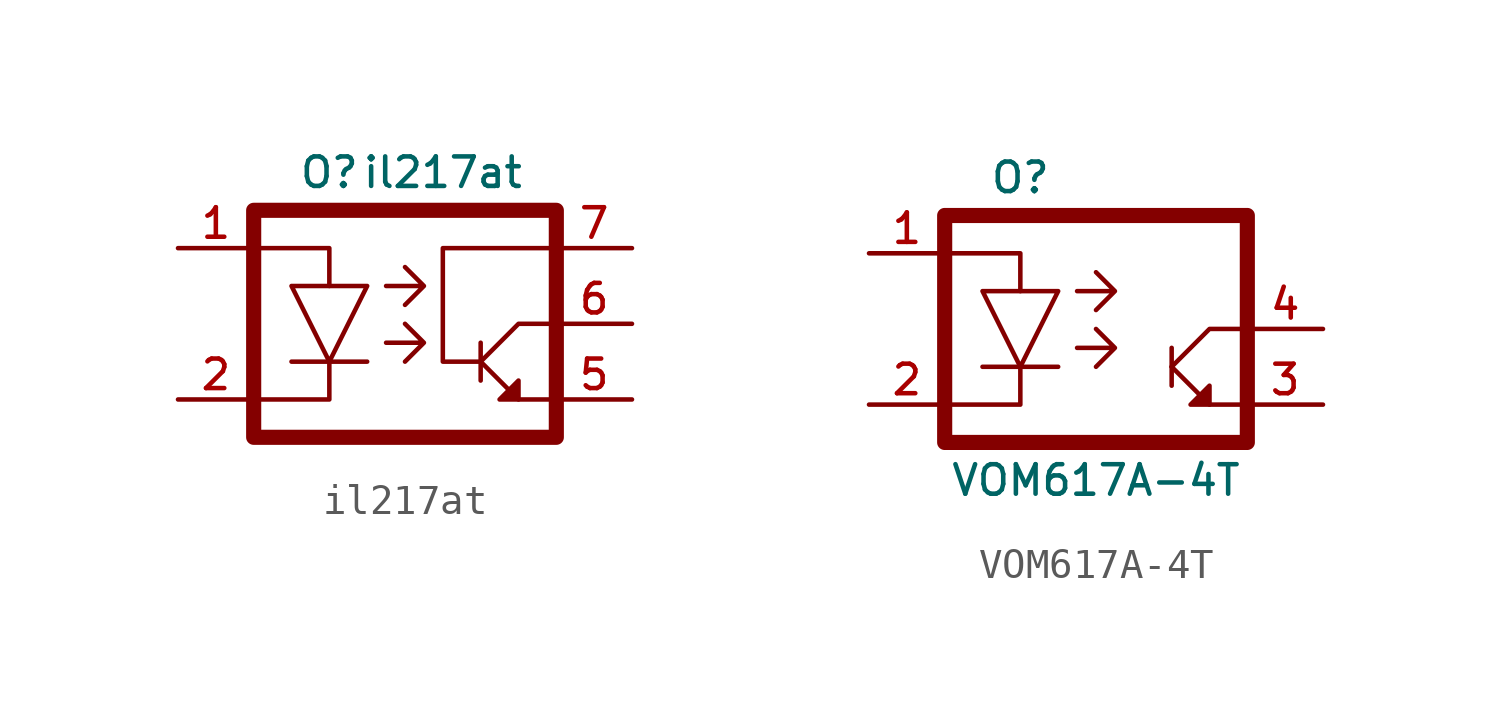
<source format=kicad_sym>
(kicad_symbol_lib
  (version 20211014)
  (generator kicad_symbol_editor)
  (symbol "il217at"
    (pin_names
      (offset 1.016))
    (property "Reference" "O"
      (at 0 5.08 0)
      (effects (font (size 0.991 0.991))))
    (property "Value" "il217at"
      (at 3.81 5.08 0)
      (effects (font (size 0.991 0.991))))
    (symbol "il217at_0_1"
      (polyline (pts (xy -1.27 -1.27) (xy 1.27 -1.27)) (stroke (width 0) (type default) (color 0 0 0 0)) (fill (type none)))
      (polyline (pts (xy 5.08 -0.635) (xy 5.08 -1.905)) (stroke (width 0) (type default) (color 0 0 0 0)) (fill (type none)))
      (polyline (pts (xy -2.54 2.54) (xy 0 2.54) (xy 0 1.27)) (stroke (width 0) (type default) (color 0 0 0 0)) (fill (type none)))
      (polyline (pts (xy 0 -1.27) (xy 0 -2.54) (xy -2.54 -2.54)) (stroke (width 0) (type default) (color 0 0 0 0)) (fill (type none)))
      (polyline (pts (xy 5.08 -1.27) (xy 6.35 -2.54) (xy 7.62 -2.54)) (stroke (width 0) (type default) (color 0 0 0 0)) (fill (type none)))
      (polyline (pts (xy 5.08 -1.27) (xy 6.35 0) (xy 7.62 0)) (stroke (width 0) (type default) (color 0 0 0 0)) (fill (type none)))
      (polyline (pts (xy 6.35 -2.54) (xy 6.35 -1.905) (xy 5.715 -2.54) (xy 6.35 -2.54)) (stroke (width 0) (type default) (color 0 0 0 0)) (fill (type outline)))
      (polyline (pts (xy -2.54 3.81) (xy -2.54 -3.81) (xy 7.62 -3.81) (xy 7.62 3.81) (xy -2.54 3.81)) (stroke (width 0.508) (type default) (color 0 0 0 0)) (fill (type none)))
      (polyline (pts (xy -1.27 1.27) (xy 1.27 1.27) (xy 0 -1.27) (xy -1.27 1.27) (xy 0 1.27)) (stroke (width 0) (type default) (color 0 0 0 0)) (fill (type none)))
      (polyline (pts (xy 1.905 -0.635) (xy 3.175 -0.635) (xy 2.54 0) (xy 3.175 -0.635) (xy 2.54 -1.27)) (stroke (width 0) (type default) (color 0 0 0 0)) (fill (type none)))
      (polyline (pts (xy 1.905 1.27) (xy 3.175 1.27) (xy 2.54 1.905) (xy 3.175 1.27) (xy 2.54 0.635)) (stroke (width 0) (type default) (color 0 0 0 0)) (fill (type none)))
      (polyline (pts (xy 5.08 -1.27) (xy 4.445 -1.27) (xy 3.81 -1.27) (xy 3.81 2.54) (xy 7.62 2.54)) (stroke (width 0) (type default) (color 0 0 0 0)) (fill (type none))))
    (symbol "il217at_1_1"
      (pin passive line (at -5.08 2.54 0) (length 2.54) (name "~" (effects (font (size 0.991 0.991)))) (number "1" (effects (font (size 0.991 0.991)))))
      (pin passive line (at -5.08 -2.54 0) (length 2.54) (name "~" (effects (font (size 0.991 0.991)))) (number "2" (effects (font (size 0.991 0.991)))))
      (pin passive line (at 10.16 -2.54 180) (length 2.54) (name "~" (effects (font (size 0.991 0.991)))) (number "5" (effects (font (size 0.991 0.991)))))
      (pin output line (at 10.16 0 180) (length 2.54) (name "~" (effects (font (size 0.991 0.991)))) (number "6" (effects (font (size 0.991 0.991)))))
      (pin passive line (at 10.16 2.54 180) (length 2.54) (name "~" (effects (font (size 0.991 0.991)))) (number "7" (effects (font (size 0.991 0.991)))))))
  (symbol "VOM617A-4T"
    (pin_names
      (offset 1.016))
    (property "Reference" "O"
      (at 0 5.08 0)
      (effects (font (size 0.991 0.991))))
    (property "Value" "VOM617A-4T"
      (at 2.54 -5.08 0)
      (effects (font (size 0.991 0.991))))
    (symbol "VOM617A-4T_0_1"
      (polyline (pts (xy -1.27 -1.27) (xy 1.27 -1.27)) (stroke (width 0) (type default) (color 0 0 0 0)) (fill (type none)))
      (polyline (pts (xy 5.08 -0.635) (xy 5.08 -1.905)) (stroke (width 0) (type default) (color 0 0 0 0)) (fill (type none)))
      (polyline (pts (xy -2.54 2.54) (xy 0 2.54) (xy 0 1.27)) (stroke (width 0) (type default) (color 0 0 0 0)) (fill (type none)))
      (polyline (pts (xy 0 -1.27) (xy 0 -2.54) (xy -2.54 -2.54)) (stroke (width 0) (type default) (color 0 0 0 0)) (fill (type none)))
      (polyline (pts (xy 5.08 -1.27) (xy 6.35 -2.54) (xy 7.62 -2.54)) (stroke (width 0) (type default) (color 0 0 0 0)) (fill (type none)))
      (polyline (pts (xy 5.08 -1.27) (xy 6.35 0) (xy 7.62 0)) (stroke (width 0) (type default) (color 0 0 0 0)) (fill (type none)))
      (polyline (pts (xy 6.35 -2.54) (xy 6.35 -1.905) (xy 5.715 -2.54) (xy 6.35 -2.54)) (stroke (width 0) (type default) (color 0 0 0 0)) (fill (type outline)))
      (polyline (pts (xy -2.54 3.81) (xy -2.54 -3.81) (xy 7.62 -3.81) (xy 7.62 3.81) (xy -2.54 3.81)) (stroke (width 0.508) (type default) (color 0 0 0 0)) (fill (type none)))
      (polyline (pts (xy -1.27 1.27) (xy 1.27 1.27) (xy 0 -1.27) (xy -1.27 1.27) (xy 0 1.27)) (stroke (width 0) (type default) (color 0 0 0 0)) (fill (type none)))
      (polyline (pts (xy 1.905 -0.635) (xy 3.175 -0.635) (xy 2.54 0) (xy 3.175 -0.635) (xy 2.54 -1.27)) (stroke (width 0) (type default) (color 0 0 0 0)) (fill (type none)))
      (polyline (pts (xy 1.905 1.27) (xy 3.175 1.27) (xy 2.54 1.905) (xy 3.175 1.27) (xy 2.54 0.635)) (stroke (width 0) (type default) (color 0 0 0 0)) (fill (type none))))
    (symbol "VOM617A-4T_1_1"
      (pin passive line (at -5.08 2.54 0) (length 2.54) (name "~" (effects (font (size 0.991 0.991)))) (number "1" (effects (font (size 0.991 0.991)))))
      (pin passive line (at -5.08 -2.54 0) (length 2.54) (name "~" (effects (font (size 0.991 0.991)))) (number "2" (effects (font (size 0.991 0.991)))))
      (pin passive line (at 10.16 -2.54 180) (length 2.54) (name "~" (effects (font (size 0.991 0.991)))) (number "3" (effects (font (size 0.991 0.991)))))
      (pin output line (at 10.16 0 180) (length 2.54) (name "~" (effects (font (size 0.991 0.991)))) (number "4" (effects (font (size 0.991 0.991))))))))
</source>
